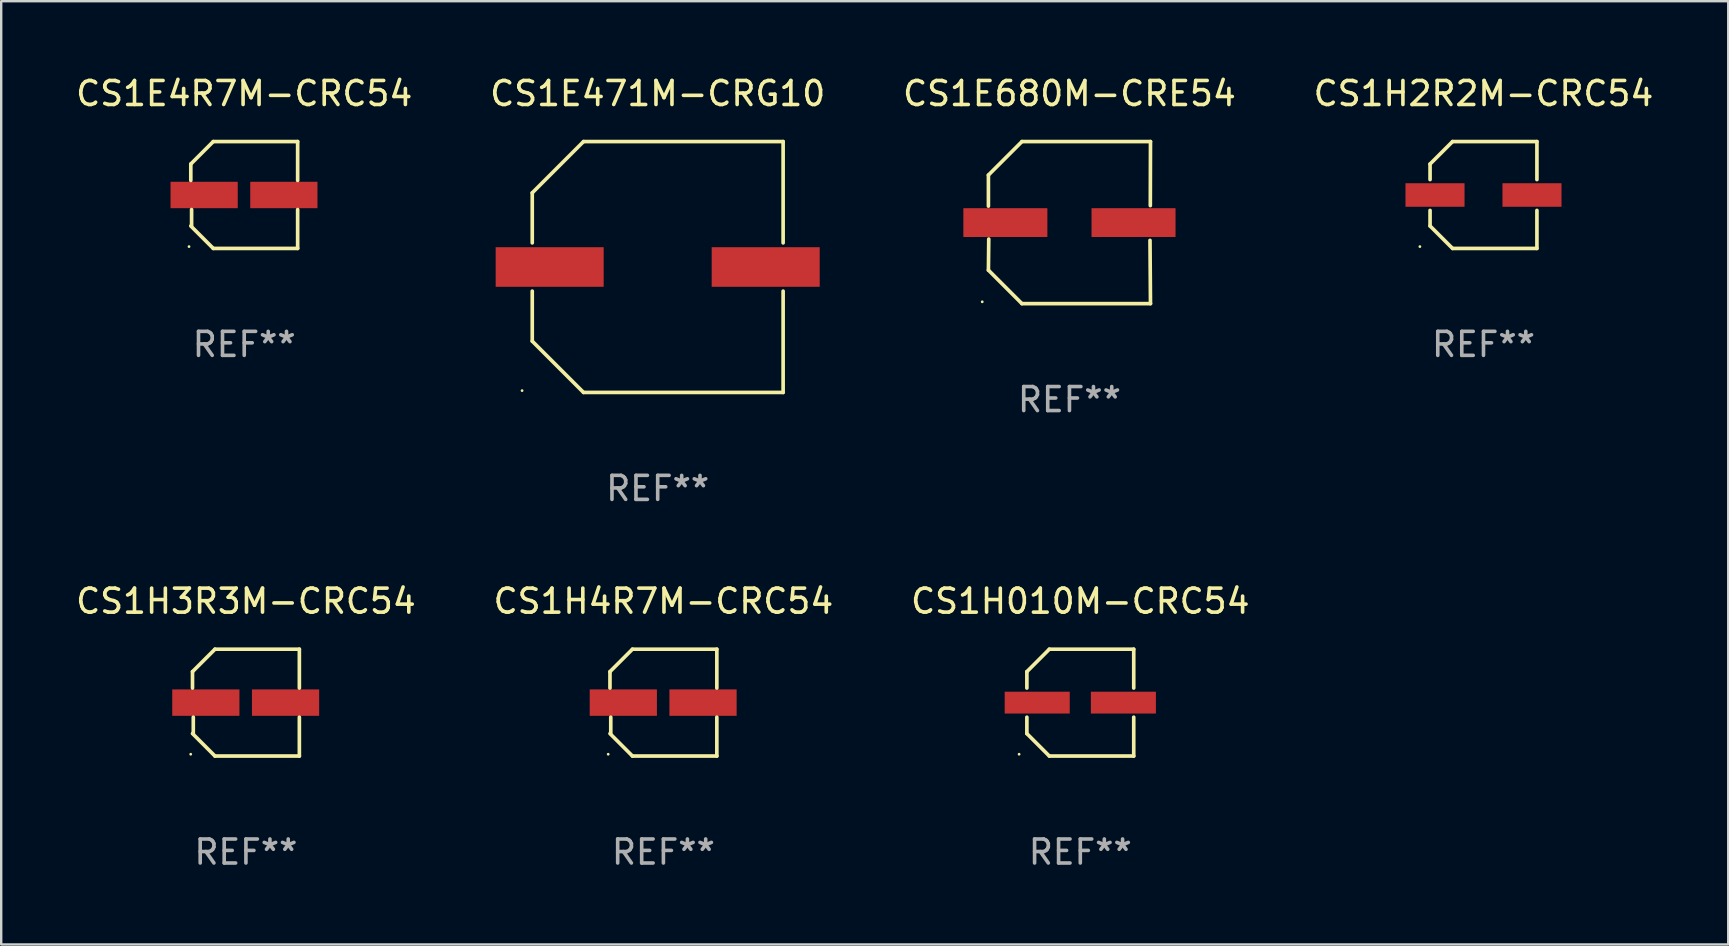
<source format=kicad_pcb>
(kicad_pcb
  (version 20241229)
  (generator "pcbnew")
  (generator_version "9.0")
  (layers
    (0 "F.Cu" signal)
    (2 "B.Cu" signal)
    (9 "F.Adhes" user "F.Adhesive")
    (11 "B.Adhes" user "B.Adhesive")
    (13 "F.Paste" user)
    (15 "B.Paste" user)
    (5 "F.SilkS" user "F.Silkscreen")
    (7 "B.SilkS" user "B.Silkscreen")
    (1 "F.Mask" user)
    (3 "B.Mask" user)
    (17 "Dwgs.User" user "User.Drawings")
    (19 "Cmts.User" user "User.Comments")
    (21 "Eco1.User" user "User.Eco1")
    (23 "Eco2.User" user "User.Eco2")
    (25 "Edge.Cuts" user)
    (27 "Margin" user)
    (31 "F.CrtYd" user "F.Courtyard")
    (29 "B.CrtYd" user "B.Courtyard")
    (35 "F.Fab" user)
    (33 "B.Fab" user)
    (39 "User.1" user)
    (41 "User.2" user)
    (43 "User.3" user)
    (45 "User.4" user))
  (footprint "CS1H3R3M-CRC54"
    (layer "F.Cu")
    (at 7.196 26.223)
    (property "Reference" "CS1H3R3M-CRC54" (at 0 -4.226 0) (layer "F.SilkS") (effects (font (size 1 1) (thickness 0.15))))
    (attr through_hole)
    (fp_line (start -2.226 -1.29) (end -2.226 -0.607) (stroke (width 0.152) (type solid)) (layer "F.SilkS"))
    (fp_line (start -2.193 1.29) (end -2.193 0.607) (stroke (width 0.152) (type solid)) (layer "F.SilkS"))
    (fp_line (start -1.29 2.226) (end -2.226 1.29) (stroke (width 0.152) (type solid)) (layer "F.SilkS"))
    (fp_line (start -1.29 -2.226) (end -2.226 -1.29) (stroke (width 0.152) (type solid)) (layer "F.SilkS"))
    (fp_line (start 2.226 -2.226) (end -1.29 -2.226) (stroke (width 0.152) (type solid)) (layer "F.SilkS"))
    (fp_line (start 2.226 -0.607) (end 2.226 -2.226) (stroke (width 0.152) (type solid)) (layer "F.SilkS"))
    (fp_line (start 2.226 0.607) (end 2.226 2.226) (stroke (width 0.152) (type solid)) (layer "F.SilkS"))
    (fp_line (start 2.226 2.226) (end -1.29 2.226) (stroke (width 0.152) (type solid)) (layer "F.SilkS"))
    (fp_circle (center -2.3 2.15) (end -2.27 2.15) (stroke (width 0.06) (type solid)) (fill no) (layer "F.SilkS"))
    (fp_text user "REF**" (at 0 6.226 0) (layer "F.Fab") (effects (font (size 1 1) (thickness 0.15))))
    (pad "1" smd rect (at -1.67 -0.000025) (size 2.8 1.1) (layers "F.Cu" "F.Mask" "F.Paste"))
    (pad "2" smd rect (at 1.651 -0.000025) (size 2.8 1.1) (layers "F.Cu" "F.Mask" "F.Paste")))
  (footprint "CS1E680M-CRE54"
    (layer "F.Cu")
    (at 41.506 6.224)
    (property "Reference" "CS1E680M-CRE54" (at 0 -5.376 0) (layer "F.SilkS") (effects (font (size 1 1) (thickness 0.15))))
    (attr through_hole)
    (fp_line (start -3.376 -1.98) (end -3.376 -0.686) (stroke (width 0.152) (type solid)) (layer "F.SilkS"))
    (fp_line (start -3.376 1.981) (end -3.362 0.686) (stroke (width 0.152) (type solid)) (layer "F.SilkS"))
    (fp_line (start -1.981 3.376) (end -3.376 1.981) (stroke (width 0.152) (type solid)) (layer "F.SilkS"))
    (fp_line (start -1.98 -3.376) (end -3.376 -1.98) (stroke (width 0.152) (type solid)) (layer "F.SilkS"))
    (fp_line (start 3.356 0.74) (end 3.376 3.376) (stroke (width 0.152) (type solid)) (layer "F.SilkS"))
    (fp_line (start 3.369 -0.707) (end 3.376 -3.376) (stroke (width 0.152) (type solid)) (layer "F.SilkS"))
    (fp_line (start 3.376 3.376) (end -1.981 3.376) (stroke (width 0.152) (type solid)) (layer "F.SilkS"))
    (fp_line (start 3.376 -3.376) (end -1.98 -3.376) (stroke (width 0.152) (type solid)) (layer "F.SilkS"))
    (fp_circle (center -3.634 3.3) (end -3.604 3.3) (stroke (width 0.06) (type solid)) (fill no) (layer "F.SilkS"))
    (fp_text user "REF**" (at 0 7.376 0) (layer "F.Fab") (effects (font (size 1 1) (thickness 0.15))))
    (pad "1" smd rect (at -2.67 0.000254) (size 3.5 1.2) (layers "F.Cu" "F.Mask" "F.Paste"))
    (pad "2" smd rect (at 2.67 0.000254) (size 3.5 1.2) (layers "F.Cu" "F.Mask" "F.Paste")))
  (footprint "CS1E4R7M-CRC54"
    (layer "F.Cu")
    (at 7.125 5.074)
    (property "Reference" "CS1E4R7M-CRC54" (at 0 -4.226 0) (layer "F.SilkS") (effects (font (size 1 1) (thickness 0.15))))
    (attr through_hole)
    (fp_line (start -2.226 -1.29) (end -2.226 -0.607) (stroke (width 0.152) (type solid)) (layer "F.SilkS"))
    (fp_line (start -2.193 1.29) (end -2.193 0.607) (stroke (width 0.152) (type solid)) (layer "F.SilkS"))
    (fp_line (start -1.29 2.226) (end -2.226 1.29) (stroke (width 0.152) (type solid)) (layer "F.SilkS"))
    (fp_line (start -1.29 -2.226) (end -2.226 -1.29) (stroke (width 0.152) (type solid)) (layer "F.SilkS"))
    (fp_line (start 2.226 -2.226) (end -1.29 -2.226) (stroke (width 0.152) (type solid)) (layer "F.SilkS"))
    (fp_line (start 2.226 -0.607) (end 2.226 -2.226) (stroke (width 0.152) (type solid)) (layer "F.SilkS"))
    (fp_line (start 2.226 0.607) (end 2.226 2.226) (stroke (width 0.152) (type solid)) (layer "F.SilkS"))
    (fp_line (start 2.226 2.226) (end -1.29 2.226) (stroke (width 0.152) (type solid)) (layer "F.SilkS"))
    (fp_circle (center -2.3 2.15) (end -2.27 2.15) (stroke (width 0.06) (type solid)) (fill no) (layer "F.SilkS"))
    (fp_text user "REF**" (at 0 6.226 0) (layer "F.Fab") (effects (font (size 1 1) (thickness 0.15))))
    (pad "1" smd rect (at -1.67 -0.000025) (size 2.8 1.1) (layers "F.Cu" "F.Mask" "F.Paste"))
    (pad "2" smd rect (at 1.651 -0.000025) (size 2.8 1.1) (layers "F.Cu" "F.Mask" "F.Paste")))
  (footprint "CS1H010M-CRC54"
    (layer "F.Cu")
    (at 41.958 26.223)
    (property "Reference" "CS1H010M-CRC54" (at 0 -4.226 0) (layer "F.SilkS") (effects (font (size 1 1) (thickness 0.15))))
    (attr through_hole)
    (fp_line (start -2.226 -1.29) (end -1.29 -2.226) (stroke (width 0.152) (type solid)) (layer "F.SilkS"))
    (fp_line (start -2.226 -0.607) (end -2.226 -1.29) (stroke (width 0.152) (type solid)) (layer "F.SilkS"))
    (fp_line (start -2.226 0.607) (end -2.226 1.29) (stroke (width 0.152) (type solid)) (layer "F.SilkS"))
    (fp_line (start -2.226 1.29) (end -1.29 2.226) (stroke (width 0.152) (type solid)) (layer "F.SilkS"))
    (fp_line (start -1.29 -2.226) (end 2.226 -2.226) (stroke (width 0.152) (type solid)) (layer "F.SilkS"))
    (fp_line (start -1.29 2.226) (end 2.226 2.226) (stroke (width 0.152) (type solid)) (layer "F.SilkS"))
    (fp_line (start 2.226 -2.226) (end 2.226 -0.607) (stroke (width 0.152) (type solid)) (layer "F.SilkS"))
    (fp_line (start 2.226 2.226) (end 2.226 0.607) (stroke (width 0.152) (type solid)) (layer "F.SilkS"))
    (fp_circle (center -2.55 2.15) (end -2.52 2.15) (stroke (width 0.06) (type solid)) (fill no) (layer "F.SilkS"))
    (fp_text user "REF**" (at 0 6.226 0) (layer "F.Fab") (effects (font (size 1 1) (thickness 0.15))))
    (pad "1" smd rect (at -1.795 -0.000013) (size 2.71 0.91) (layers "F.Cu" "F.Mask" "F.Paste"))
    (pad "2" smd rect (at 1.795 -0.000013) (size 2.71 0.91) (layers "F.Cu" "F.Mask" "F.Paste")))
  (footprint "CS1E471M-CRG10"
    (layer "F.Cu")
    (at 24.351 8.074)
    (property "Reference" "CS1E471M-CRG10" (at 0 -7.226 0) (layer "F.SilkS") (effects (font (size 1 1) (thickness 0.15))))
    (attr through_hole)
    (fp_line (start -5.226 -3.09) (end -5.226 -1.005) (stroke (width 0.152) (type solid)) (layer "F.SilkS"))
    (fp_line (start -5.226 1.005) (end -5.226 3.09) (stroke (width 0.152) (type solid)) (layer "F.SilkS"))
    (fp_line (start -3.09 -5.226) (end -5.226 -3.09) (stroke (width 0.152) (type solid)) (layer "F.SilkS"))
    (fp_line (start -3.09 5.226) (end -5.226 3.09) (stroke (width 0.152) (type solid)) (layer "F.SilkS"))
    (fp_line (start 5.226 -5.226) (end -3.09 -5.226) (stroke (width 0.152) (type solid)) (layer "F.SilkS"))
    (fp_line (start 5.226 -1.005) (end 5.226 -5.226) (stroke (width 0.152) (type solid)) (layer "F.SilkS"))
    (fp_line (start 5.226 5.226) (end -3.09 5.226) (stroke (width 0.152) (type solid)) (layer "F.SilkS"))
    (fp_line (start 5.226 5.226) (end 5.226 1.005) (stroke (width 0.152) (type solid)) (layer "F.SilkS"))
    (fp_circle (center -5.65 5.15) (end -5.62 5.15) (stroke (width 0.06) (type solid)) (fill no) (layer "F.SilkS"))
    (fp_text user "REF**" (at 0 9.226 0) (layer "F.Fab") (effects (font (size 1 1) (thickness 0.15))))
    (pad "1" smd rect (at -4.5 0) (size 4.5 1.65) (layers "F.Cu" "F.Mask" "F.Paste"))
    (pad "2" smd rect (at 4.5 0) (size 4.5 1.65) (layers "F.Cu" "F.Mask" "F.Paste")))
  (footprint "CS1H4R7M-CRC54"
    (layer "F.Cu")
    (at 24.589 26.223)
    (property "Reference" "CS1H4R7M-CRC54" (at 0 -4.226 0) (layer "F.SilkS") (effects (font (size 1 1) (thickness 0.15))))
    (attr through_hole)
    (fp_line (start -2.226 -1.29) (end -2.226 -0.607) (stroke (width 0.152) (type solid)) (layer "F.SilkS"))
    (fp_line (start -2.193 1.29) (end -2.193 0.607) (stroke (width 0.152) (type solid)) (layer "F.SilkS"))
    (fp_line (start -1.29 2.226) (end -2.226 1.29) (stroke (width 0.152) (type solid)) (layer "F.SilkS"))
    (fp_line (start -1.29 -2.226) (end -2.226 -1.29) (stroke (width 0.152) (type solid)) (layer "F.SilkS"))
    (fp_line (start 2.226 -2.226) (end -1.29 -2.226) (stroke (width 0.152) (type solid)) (layer "F.SilkS"))
    (fp_line (start 2.226 -0.607) (end 2.226 -2.226) (stroke (width 0.152) (type solid)) (layer "F.SilkS"))
    (fp_line (start 2.226 0.607) (end 2.226 2.226) (stroke (width 0.152) (type solid)) (layer "F.SilkS"))
    (fp_line (start 2.226 2.226) (end -1.29 2.226) (stroke (width 0.152) (type solid)) (layer "F.SilkS"))
    (fp_circle (center -2.3 2.15) (end -2.27 2.15) (stroke (width 0.06) (type solid)) (fill no) (layer "F.SilkS"))
    (fp_text user "REF**" (at 0 6.226 0) (layer "F.Fab") (effects (font (size 1 1) (thickness 0.15))))
    (pad "1" smd rect (at -1.67 -0.000025) (size 2.8 1.1) (layers "F.Cu" "F.Mask" "F.Paste"))
    (pad "2" smd rect (at 1.651 -0.000025) (size 2.8 1.1) (layers "F.Cu" "F.Mask" "F.Paste")))
  (footprint "CS1H2R2M-CRC54"
    (layer "F.Cu")
    (at 58.756 5.074)
    (property "Reference" "CS1H2R2M-CRC54" (at 0 -4.226 0) (layer "F.SilkS") (effects (font (size 1 1) (thickness 0.15))))
    (attr through_hole)
    (fp_line (start -2.226 -1.29) (end -1.29 -2.226) (stroke (width 0.152) (type solid)) (layer "F.SilkS"))
    (fp_line (start -2.226 -0.642) (end -2.226 -1.29) (stroke (width 0.152) (type solid)) (layer "F.SilkS"))
    (fp_line (start -2.226 0.642) (end -2.226 1.29) (stroke (width 0.152) (type solid)) (layer "F.SilkS"))
    (fp_line (start -2.226 1.29) (end -1.29 2.226) (stroke (width 0.152) (type solid)) (layer "F.SilkS"))
    (fp_line (start -1.29 -2.226) (end 2.226 -2.226) (stroke (width 0.152) (type solid)) (layer "F.SilkS"))
    (fp_line (start -1.29 2.226) (end 2.226 2.226) (stroke (width 0.152) (type solid)) (layer "F.SilkS"))
    (fp_line (start 2.226 -2.226) (end 2.226 -0.642) (stroke (width 0.152) (type solid)) (layer "F.SilkS"))
    (fp_line (start 2.226 2.226) (end 2.226 0.642) (stroke (width 0.152) (type solid)) (layer "F.SilkS"))
    (fp_circle (center -2.65 2.15) (end -2.62 2.15) (stroke (width 0.06) (type solid)) (fill no) (layer "F.SilkS"))
    (fp_text user "REF**" (at 0 6.226 0) (layer "F.Fab") (effects (font (size 1 1) (thickness 0.15))))
    (pad "1" smd rect (at -2.02 -0.000013) (size 2.46 0.98) (layers "F.Cu" "F.Mask" "F.Paste"))
    (pad "2" smd rect (at 2.02 -0.000013) (size 2.46 0.98) (layers "F.Cu" "F.Mask" "F.Paste")))
  (gr_rect
    (start -3 -3)
    (end 68.952 36.298)
    (stroke (width 0.1) (type default))
    (fill no)
    (layer "Edge.Cuts")))
</source>
